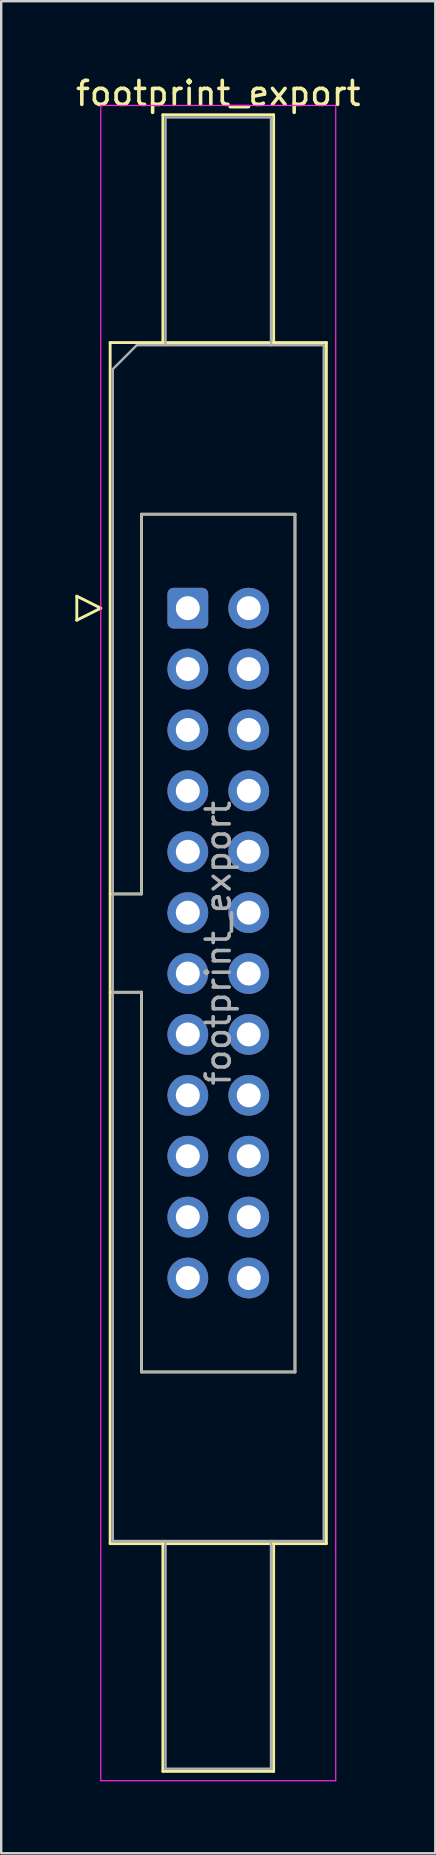
<source format=kicad_pcb>
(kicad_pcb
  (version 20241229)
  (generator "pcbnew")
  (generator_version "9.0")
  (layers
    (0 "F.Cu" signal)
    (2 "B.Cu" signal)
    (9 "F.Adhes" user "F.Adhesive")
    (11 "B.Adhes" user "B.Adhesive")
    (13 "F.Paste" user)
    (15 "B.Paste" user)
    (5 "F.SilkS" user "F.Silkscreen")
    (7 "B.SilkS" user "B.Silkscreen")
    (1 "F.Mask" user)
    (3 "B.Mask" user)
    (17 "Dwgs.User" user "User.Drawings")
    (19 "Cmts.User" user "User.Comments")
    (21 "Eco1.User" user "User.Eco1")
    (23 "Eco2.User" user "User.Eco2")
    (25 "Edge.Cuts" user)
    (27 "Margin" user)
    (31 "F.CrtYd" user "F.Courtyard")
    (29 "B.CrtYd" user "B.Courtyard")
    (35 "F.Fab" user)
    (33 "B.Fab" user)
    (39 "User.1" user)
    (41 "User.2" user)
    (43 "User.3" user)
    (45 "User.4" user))
  (footprint "footprint_export"
    (layer "F.Cu")
    (at 4.784 22.318)
    (property "Reference" "footprint_export" (at 1.27 -21.47 0) (layer "F.SilkS") (effects (font (size 1 1) (thickness 0.15))))
    (attr through_hole)
    (fp_line (start -4.63 -0.5) (end -4.63 0.5) (stroke (width 0.12) (type solid)) (layer "F.SilkS"))
    (fp_line (start -4.63 0.5) (end -3.63 0) (stroke (width 0.12) (type solid)) (layer "F.SilkS"))
    (fp_line (start -3.63 0) (end -4.63 -0.5) (stroke (width 0.12) (type solid)) (layer "F.SilkS"))
    (fp_line (start -3.24 -11.08) (end 5.78 -11.08) (stroke (width 0.12) (type solid)) (layer "F.SilkS"))
    (fp_line (start -3.24 11.92) (end -1.93 11.92) (stroke (width 0.12) (type solid)) (layer "F.SilkS"))
    (fp_line (start -3.24 39.02) (end -3.24 -11.08) (stroke (width 0.12) (type solid)) (layer "F.SilkS"))
    (fp_line (start -1.93 -3.92) (end 4.47 -3.92) (stroke (width 0.12) (type solid)) (layer "F.SilkS"))
    (fp_line (start -1.93 11.92) (end -1.93 -3.92) (stroke (width 0.12) (type solid)) (layer "F.SilkS"))
    (fp_line (start -1.93 16.02) (end -3.24 16.02) (stroke (width 0.12) (type solid)) (layer "F.SilkS"))
    (fp_line (start -1.93 16.02) (end -1.93 16.02) (stroke (width 0.12) (type solid)) (layer "F.SilkS"))
    (fp_line (start -1.93 31.86) (end -1.93 16.02) (stroke (width 0.12) (type solid)) (layer "F.SilkS"))
    (fp_line (start -1.04 -20.58) (end 3.58 -20.58) (stroke (width 0.12) (type solid)) (layer "F.SilkS"))
    (fp_line (start -1.04 -11.08) (end -1.04 -20.58) (stroke (width 0.12) (type solid)) (layer "F.SilkS"))
    (fp_line (start -1.04 39.02) (end -1.04 48.52) (stroke (width 0.12) (type solid)) (layer "F.SilkS"))
    (fp_line (start -1.04 48.52) (end 3.58 48.52) (stroke (width 0.12) (type solid)) (layer "F.SilkS"))
    (fp_line (start 3.58 -20.58) (end 3.58 -11.08) (stroke (width 0.12) (type solid)) (layer "F.SilkS"))
    (fp_line (start 3.58 48.52) (end 3.58 39.02) (stroke (width 0.12) (type solid)) (layer "F.SilkS"))
    (fp_line (start 4.47 -3.92) (end 4.47 31.86) (stroke (width 0.12) (type solid)) (layer "F.SilkS"))
    (fp_line (start 4.47 31.86) (end -1.93 31.86) (stroke (width 0.12) (type solid)) (layer "F.SilkS"))
    (fp_line (start 5.78 -11.08) (end 5.78 39.02) (stroke (width 0.12) (type solid)) (layer "F.SilkS"))
    (fp_line (start 5.78 39.02) (end -3.24 39.02) (stroke (width 0.12) (type solid)) (layer "F.SilkS"))
    (fp_line (start -3.63 -20.97) (end -3.63 48.91) (stroke (width 0.05) (type solid)) (layer "F.CrtYd"))
    (fp_line (start -3.63 48.91) (end 6.17 48.91) (stroke (width 0.05) (type solid)) (layer "F.CrtYd"))
    (fp_line (start 6.17 -20.97) (end -3.63 -20.97) (stroke (width 0.05) (type solid)) (layer "F.CrtYd"))
    (fp_line (start 6.17 48.91) (end 6.17 -20.97) (stroke (width 0.05) (type solid)) (layer "F.CrtYd"))
    (fp_line (start -3.13 -9.97) (end -2.13 -10.97) (stroke (width 0.1) (type solid)) (layer "F.Fab"))
    (fp_line (start -3.13 11.92) (end -1.93 11.92) (stroke (width 0.1) (type solid)) (layer "F.Fab"))
    (fp_line (start -3.13 38.91) (end -3.13 -9.97) (stroke (width 0.1) (type solid)) (layer "F.Fab"))
    (fp_line (start -2.13 -10.97) (end 5.67 -10.97) (stroke (width 0.1) (type solid)) (layer "F.Fab"))
    (fp_line (start -1.93 -3.92) (end 4.47 -3.92) (stroke (width 0.1) (type solid)) (layer "F.Fab"))
    (fp_line (start -1.93 11.92) (end -1.93 -3.92) (stroke (width 0.1) (type solid)) (layer "F.Fab"))
    (fp_line (start -1.93 16.02) (end -3.13 16.02) (stroke (width 0.1) (type solid)) (layer "F.Fab"))
    (fp_line (start -1.93 16.02) (end -1.93 16.02) (stroke (width 0.1) (type solid)) (layer "F.Fab"))
    (fp_line (start -1.93 31.86) (end -1.93 16.02) (stroke (width 0.1) (type solid)) (layer "F.Fab"))
    (fp_line (start -0.93 -20.47) (end 3.47 -20.47) (stroke (width 0.1) (type solid)) (layer "F.Fab"))
    (fp_line (start -0.93 -10.97) (end -0.93 -20.47) (stroke (width 0.1) (type solid)) (layer "F.Fab"))
    (fp_line (start -0.93 38.91) (end -0.93 48.41) (stroke (width 0.1) (type solid)) (layer "F.Fab"))
    (fp_line (start -0.93 48.41) (end 3.47 48.41) (stroke (width 0.1) (type solid)) (layer "F.Fab"))
    (fp_line (start 3.47 -20.47) (end 3.47 -10.97) (stroke (width 0.1) (type solid)) (layer "F.Fab"))
    (fp_line (start 3.47 48.41) (end 3.47 38.91) (stroke (width 0.1) (type solid)) (layer "F.Fab"))
    (fp_line (start 4.47 -3.92) (end 4.47 31.86) (stroke (width 0.1) (type solid)) (layer "F.Fab"))
    (fp_line (start 4.47 31.86) (end -1.93 31.86) (stroke (width 0.1) (type solid)) (layer "F.Fab"))
    (fp_line (start 5.67 -10.97) (end 5.67 38.91) (stroke (width 0.1) (type solid)) (layer "F.Fab"))
    (fp_line (start 5.67 38.91) (end -3.13 38.91) (stroke (width 0.1) (type solid)) (layer "F.Fab"))
    (fp_text user "${REFERENCE}" (at 1.27 13.97 90) (layer "F.Fab") (effects (font (size 1 1) (thickness 0.15))))
    (pad "1" thru_hole roundrect (at 0 0) (size 1.7 1.7) (drill 1) (layers "*.Cu" "*.Mask") (roundrect_rratio 0.147))
    (pad "2" thru_hole circle (at 2.54 0) (size 1.7 1.7) (drill 1) (layers "*.Cu" "*.Mask"))
    (pad "3" thru_hole circle (at 0 2.54) (size 1.7 1.7) (drill 1) (layers "*.Cu" "*.Mask"))
    (pad "4" thru_hole circle (at 2.54 2.54) (size 1.7 1.7) (drill 1) (layers "*.Cu" "*.Mask"))
    (pad "5" thru_hole circle (at 0 5.08) (size 1.7 1.7) (drill 1) (layers "*.Cu" "*.Mask"))
    (pad "6" thru_hole circle (at 2.54 5.08) (size 1.7 1.7) (drill 1) (layers "*.Cu" "*.Mask"))
    (pad "7" thru_hole circle (at 0 7.62) (size 1.7 1.7) (drill 1) (layers "*.Cu" "*.Mask"))
    (pad "8" thru_hole circle (at 2.54 7.62) (size 1.7 1.7) (drill 1) (layers "*.Cu" "*.Mask"))
    (pad "9" thru_hole circle (at 0 10.16) (size 1.7 1.7) (drill 1) (layers "*.Cu" "*.Mask"))
    (pad "10" thru_hole circle (at 2.54 10.16) (size 1.7 1.7) (drill 1) (layers "*.Cu" "*.Mask"))
    (pad "11" thru_hole circle (at 0 12.7) (size 1.7 1.7) (drill 1) (layers "*.Cu" "*.Mask"))
    (pad "12" thru_hole circle (at 2.54 12.7) (size 1.7 1.7) (drill 1) (layers "*.Cu" "*.Mask"))
    (pad "13" thru_hole circle (at 0 15.24) (size 1.7 1.7) (drill 1) (layers "*.Cu" "*.Mask"))
    (pad "14" thru_hole circle (at 2.54 15.24) (size 1.7 1.7) (drill 1) (layers "*.Cu" "*.Mask"))
    (pad "15" thru_hole circle (at 0 17.78) (size 1.7 1.7) (drill 1) (layers "*.Cu" "*.Mask"))
    (pad "16" thru_hole circle (at 2.54 17.78) (size 1.7 1.7) (drill 1) (layers "*.Cu" "*.Mask"))
    (pad "17" thru_hole circle (at 0 20.32) (size 1.7 1.7) (drill 1) (layers "*.Cu" "*.Mask"))
    (pad "18" thru_hole circle (at 2.54 20.32) (size 1.7 1.7) (drill 1) (layers "*.Cu" "*.Mask"))
    (pad "19" thru_hole circle (at 0 22.86) (size 1.7 1.7) (drill 1) (layers "*.Cu" "*.Mask"))
    (pad "20" thru_hole circle (at 2.54 22.86) (size 1.7 1.7) (drill 1) (layers "*.Cu" "*.Mask"))
    (pad "21" thru_hole circle (at 0 25.4) (size 1.7 1.7) (drill 1) (layers "*.Cu" "*.Mask"))
    (pad "22" thru_hole circle (at 2.54 25.4) (size 1.7 1.7) (drill 1) (layers "*.Cu" "*.Mask"))
    (pad "23" thru_hole circle (at 0 27.94) (size 1.7 1.7) (drill 1) (layers "*.Cu" "*.Mask"))
    (pad "24" thru_hole circle (at 2.54 27.94) (size 1.7 1.7) (drill 1) (layers "*.Cu" "*.Mask")))
  (gr_rect
    (start -3 -3)
    (end 15.107 74.253)
    (stroke (width 0.1) (type default))
    (fill no)
    (layer "Edge.Cuts")))
</source>
